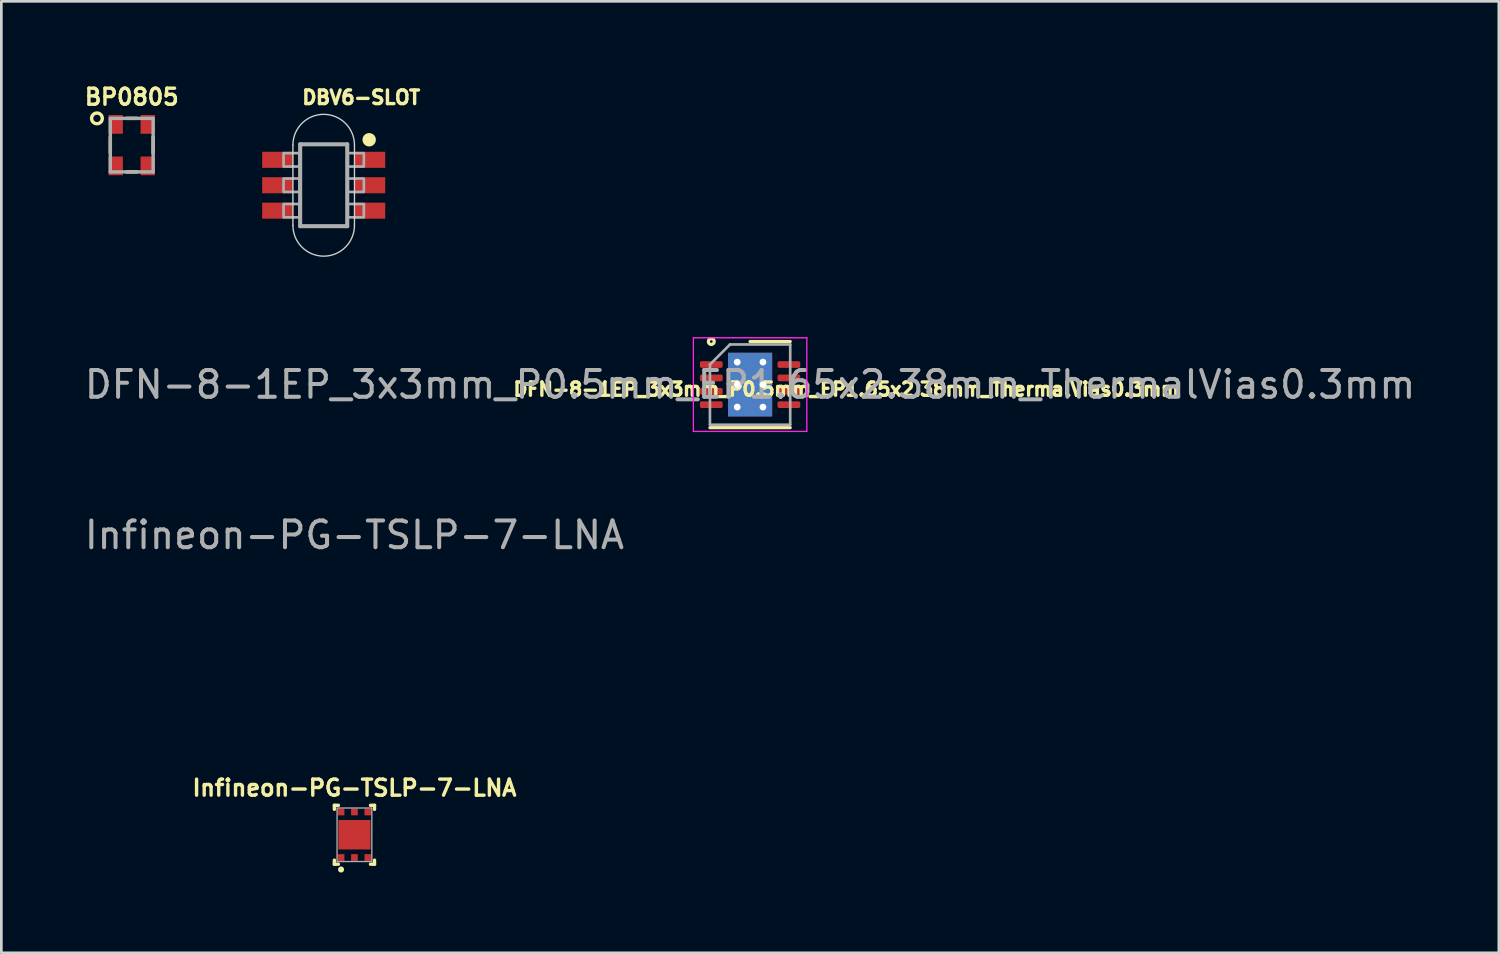
<source format=kicad_pcb>
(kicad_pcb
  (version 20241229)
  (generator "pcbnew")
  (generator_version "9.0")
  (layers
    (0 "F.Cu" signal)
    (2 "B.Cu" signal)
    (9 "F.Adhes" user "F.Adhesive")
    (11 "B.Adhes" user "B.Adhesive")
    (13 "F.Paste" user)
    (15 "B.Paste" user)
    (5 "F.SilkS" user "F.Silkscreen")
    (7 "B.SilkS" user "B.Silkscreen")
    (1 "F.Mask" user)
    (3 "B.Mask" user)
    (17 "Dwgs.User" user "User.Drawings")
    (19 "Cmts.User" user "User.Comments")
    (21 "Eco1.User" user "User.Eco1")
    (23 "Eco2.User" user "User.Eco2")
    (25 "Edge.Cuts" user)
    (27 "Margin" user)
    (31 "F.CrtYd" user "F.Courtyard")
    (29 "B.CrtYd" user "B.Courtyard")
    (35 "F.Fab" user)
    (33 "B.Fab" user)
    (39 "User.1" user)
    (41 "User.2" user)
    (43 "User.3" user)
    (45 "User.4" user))
  (footprint "DBV6-SLOT"
    (layer "F.Cu")
    (at 9.047 3.873)
    (property "Reference" "DBV6-SLOT" (at -0.87 -2.984 0) (layer "F.SilkS") (effects (font (size 0.508 0.508) (thickness 0.127)) (justify left bottom)))
    (fp_circle (center 1.7 -1.7) (end 1.9 -1.7) (stroke (width 0.1) (type solid)) (fill yes) (layer "F.SilkS"))
    (fp_line (start -1.15 -1.5) (end -1.15 1.5) (stroke (width 0.05) (type solid)) (layer "Edge.Cuts"))
    (fp_line (start 1.15 1.5) (end 1.15 -1.5) (stroke (width 0.05) (type solid)) (layer "Edge.Cuts"))
    (fp_arc (start -1.15 -1.5) (mid 0 -2.65) (end 1.15 -1.5) (stroke (width 0.05) (type solid)) (layer "Edge.Cuts"))
    (fp_arc (start 1.15 1.5) (mid 0 2.65) (end -1.15 1.5) (stroke (width 0.05) (type solid)) (layer "Edge.Cuts"))
    (fp_line (start -0.88 -1.53) (end -0.88 1.53) (stroke (width 0.152) (type solid)) (layer "F.Fab"))
    (fp_line (start -0.88 1.53) (end 0.88 1.53) (stroke (width 0.152) (type solid)) (layer "F.Fab"))
    (fp_line (start 0.88 -1.53) (end -0.88 -1.53) (stroke (width 0.152) (type solid)) (layer "F.Fab"))
    (fp_line (start 0.88 1.53) (end 0.88 -1.53) (stroke (width 0.152) (type solid)) (layer "F.Fab"))
    (fp_poly (pts (xy -1.5 -0.7) (xy -0.9 -0.7) (xy -0.9 -1.2) (xy -1.5 -1.2)) (stroke (width 0.1) (type default)) (fill no) (layer "F.Fab"))
    (fp_poly (pts (xy -1.5 0.25) (xy -0.9 0.25) (xy -0.9 -0.25) (xy -1.5 -0.25)) (stroke (width 0.1) (type default)) (fill no) (layer "F.Fab"))
    (fp_poly (pts (xy -1.5 1.2) (xy -0.9 1.2) (xy -0.9 0.7) (xy -1.5 0.7)) (stroke (width 0.1) (type default)) (fill no) (layer "F.Fab"))
    (fp_poly (pts (xy 0.9 -0.7) (xy 1.5 -0.7) (xy 1.5 -1.2) (xy 0.9 -1.2)) (stroke (width 0.1) (type default)) (fill no) (layer "F.Fab"))
    (fp_poly (pts (xy 0.9 0.25) (xy 1.5 0.25) (xy 1.5 -0.25) (xy 0.9 -0.25)) (stroke (width 0.1) (type default)) (fill no) (layer "F.Fab"))
    (fp_poly (pts (xy 0.9 1.2) (xy 1.5 1.2) (xy 1.5 0.7) (xy 0.9 0.7)) (stroke (width 0.1) (type default)) (fill no) (layer "F.Fab"))
    (pad "1" smd rect (at 1.725 -0.95) (size 1.15 0.6) (layers "F.Cu" "F.Mask" "F.Paste"))
    (pad "2" smd rect (at 1.725 0) (size 1.15 0.6) (layers "F.Cu" "F.Mask" "F.Paste"))
    (pad "3" smd rect (at 1.725 0.95) (size 1.15 0.6) (layers "F.Cu" "F.Mask" "F.Paste"))
    (pad "4" smd rect (at -1.725 0.95) (size 1.15 0.6) (layers "F.Cu" "F.Mask" "F.Paste"))
    (pad "5" smd rect (at -1.725 0) (size 1.15 0.6) (layers "F.Cu" "F.Mask" "F.Paste"))
    (pad "6" smd rect (at -1.725 -0.95) (size 1.15 0.6) (layers "F.Cu" "F.Mask" "F.Paste"))
    (zone (net_name "") (layers "F.Cu" "B.Cu" "F.SilkS") (hatch none 0.5) (connect_pads) (min_thickness 0.25) (filled_areas_thickness no) (keepout (tracks not_allowed) (vias not_allowed) (pads not_allowed) (copperpour not_allowed) (footprints allowed)) (placement (enabled no)) (fill) (polygon (pts (arc (start 7.896716 5.372515) (mid 9.046716 6.522515) (end 10.196716 5.372515)) (arc (start 10.196716 2.372515) (mid 9.046716 1.222515) (end 7.896716 2.372515))))))
  (footprint "DFN-8-1EP_3x3mm_P0.5mm_EP1.65x2.38mm_ThermalVias0.3mm"
    (layer "F.Cu")
    (at 24.982 11.323)
    (property "Reference" "DFN-8-1EP_3x3mm_P0.5mm_EP1.65x2.38mm_ThermalVias0.3mm" (at 3.6 0.175 180) (layer "F.SilkS") (effects (font (size 0.5 0.5) (thickness 0.125))))
    (attr smd)
    (fp_line (start -1.5 1.61) (end 1.5 1.61) (stroke (width 0.12) (type solid)) (layer "F.SilkS"))
    (fp_line (start 0 -1.61) (end 1.5 -1.61) (stroke (width 0.12) (type solid)) (layer "F.SilkS"))
    (fp_circle (center -1.45 -1.61) (end -1.4 -1.61) (stroke (width 0.12) (type solid)) (fill no) (layer "F.SilkS"))
    (fp_line (start -2.12 -1.75) (end -2.12 1.75) (stroke (width 0.05) (type solid)) (layer "F.CrtYd"))
    (fp_line (start -2.12 1.75) (end 2.12 1.75) (stroke (width 0.05) (type solid)) (layer "F.CrtYd"))
    (fp_line (start 2.12 -1.75) (end -2.12 -1.75) (stroke (width 0.05) (type solid)) (layer "F.CrtYd"))
    (fp_line (start 2.12 1.75) (end 2.12 -1.75) (stroke (width 0.05) (type solid)) (layer "F.CrtYd"))
    (fp_line (start -1.5 -0.75) (end -0.75 -1.5) (stroke (width 0.1) (type solid)) (layer "F.Fab"))
    (fp_line (start -1.5 1.5) (end -1.5 -0.75) (stroke (width 0.1) (type solid)) (layer "F.Fab"))
    (fp_line (start -0.75 -1.5) (end 1.5 -1.5) (stroke (width 0.1) (type solid)) (layer "F.Fab"))
    (fp_line (start 1.5 -1.5) (end 1.5 1.5) (stroke (width 0.1) (type solid)) (layer "F.Fab"))
    (fp_line (start 1.5 1.5) (end -1.5 1.5) (stroke (width 0.1) (type solid)) (layer "F.Fab"))
    (fp_text user "${REFERENCE}" (at 0 0 180) (layer "F.Fab") (effects (font (size 1 1) (thickness 0.15))))
    (pad "" smd roundrect (at -0.41 -0.595) (size 0.67 0.96) (layers "F.Paste") (roundrect_rratio 0.25))
    (pad "" smd roundrect (at -0.41 0.595) (size 0.67 0.96) (layers "F.Paste") (roundrect_rratio 0.25))
    (pad "" smd roundrect (at 0.41 -0.595) (size 0.67 0.96) (layers "F.Paste") (roundrect_rratio 0.25))
    (pad "" smd roundrect (at 0.41 0.595) (size 0.67 0.96) (layers "F.Paste") (roundrect_rratio 0.25))
    (pad "1" smd roundrect (at -1.45 -0.75) (size 0.85 0.25) (layers "F.Cu" "F.Mask" "F.Paste") (roundrect_rratio 0.25))
    (pad "2" smd roundrect (at -1.45 -0.25) (size 0.85 0.25) (layers "F.Cu" "F.Mask" "F.Paste") (roundrect_rratio 0.25))
    (pad "3" smd roundrect (at -1.45 0.25) (size 0.85 0.25) (layers "F.Cu" "F.Mask" "F.Paste") (roundrect_rratio 0.25))
    (pad "4" smd roundrect (at -1.45 0.75) (size 0.85 0.25) (layers "F.Cu" "F.Mask" "F.Paste") (roundrect_rratio 0.25))
    (pad "5" smd roundrect (at 1.45 0.75) (size 0.85 0.25) (layers "F.Cu" "F.Mask" "F.Paste") (roundrect_rratio 0.25))
    (pad "6" smd roundrect (at 1.45 0.25) (size 0.85 0.25) (layers "F.Cu" "F.Mask" "F.Paste") (roundrect_rratio 0.25))
    (pad "7" smd roundrect (at 1.45 -0.25) (size 0.85 0.25) (layers "F.Cu" "F.Mask" "F.Paste") (roundrect_rratio 0.25))
    (pad "8" smd roundrect (at 1.45 -0.75) (size 0.85 0.25) (layers "F.Cu" "F.Mask" "F.Paste") (roundrect_rratio 0.25))
    (pad "9" thru_hole circle (at -0.48 -0.84) (size 0.457 0.457) (drill 0.254) (property pad_prop_heatsink) (layers "*.Cu" "*.Mask"))
    (pad "9" thru_hole circle (at -0.48 0) (size 0.457 0.457) (drill 0.254) (property pad_prop_heatsink) (layers "*.Cu" "*.Mask"))
    (pad "9" thru_hole circle (at -0.48 0.84) (size 0.457 0.457) (drill 0.254) (property pad_prop_heatsink) (layers "*.Cu" "*.Mask"))
    (pad "9" smd rect (at 0 0) (size 1.65 2.38) (layers "F.Cu" "F.Mask"))
    (pad "9" smd rect (at 0 0) (size 1.65 2.38) (layers "B.Cu"))
    (pad "9" thru_hole circle (at 0.48 -0.84) (size 0.457 0.457) (drill 0.254) (property pad_prop_heatsink) (layers "*.Cu" "*.Mask"))
    (pad "9" thru_hole circle (at 0.48 0) (size 0.457 0.457) (drill 0.254) (property pad_prop_heatsink) (layers "*.Cu" "*.Mask"))
    (pad "9" thru_hole circle (at 0.48 0.84) (size 0.457 0.457) (drill 0.254) (property pad_prop_heatsink) (layers "*.Cu" "*.Mask")))
  (footprint "BP0805"
    (layer "F.Cu")
    (at 1.873 2.374)
    (property "Reference" "BP0805" (at 0 -1.8 0) (layer "F.SilkS") (effects (font (size 0.6 0.6) (thickness 0.127) (bold yes))))
    (fp_line (start -0.8 -0.3) (end -0.8 0.3) (stroke (width 0.127) (type solid)) (layer "F.SilkS"))
    (fp_line (start -0.2 -1) (end 0.2 -1) (stroke (width 0.127) (type solid)) (layer "F.SilkS"))
    (fp_line (start -0.2 1) (end 0.2 1) (stroke (width 0.127) (type solid)) (layer "F.SilkS"))
    (fp_line (start 0.8 -0.3) (end 0.8 0.3) (stroke (width 0.127) (type solid)) (layer "F.SilkS"))
    (fp_circle (center -1.3 -1) (end -1.1 -1) (stroke (width 0.127) (type solid)) (fill no) (layer "F.SilkS"))
    (fp_poly (pts (xy -0.82 -0.52) (xy -0.42 -0.52) (xy -0.42 -1.02) (xy -0.82 -1.02)) (stroke (width 0) (type default)) (fill yes) (layer "F.Paste"))
    (fp_poly (pts (xy -0.42 0.52) (xy -0.82 0.52) (xy -0.82 1.02) (xy -0.42 1.02)) (stroke (width 0) (type default)) (fill yes) (layer "F.Paste"))
    (fp_poly (pts (xy 0.42 -0.52) (xy 0.82 -0.52) (xy 0.82 -1.02) (xy 0.42 -1.02)) (stroke (width 0) (type default)) (fill yes) (layer "F.Paste"))
    (fp_poly (pts (xy 0.82 0.52) (xy 0.42 0.52) (xy 0.42 1.02) (xy 0.82 1.02)) (stroke (width 0) (type default)) (fill yes) (layer "F.Paste"))
    (fp_line (start -0.8 -1) (end -0.8 1) (stroke (width 0.127) (type solid)) (layer "F.Fab"))
    (fp_line (start -0.8 1) (end 0.8 1) (stroke (width 0.127) (type solid)) (layer "F.Fab"))
    (fp_line (start 0.8 -1) (end -0.8 -1) (stroke (width 0.127) (type solid)) (layer "F.Fab"))
    (fp_line (start 0.8 1) (end 0.8 -1) (stroke (width 0.127) (type solid)) (layer "F.Fab"))
    (pad "1" smd rect (at -0.6 -0.775 180) (size 0.54 0.7) (layers "F.Cu" "F.Mask"))
    (pad "2" smd rect (at -0.6 0.775 180) (size 0.54 0.7) (layers "F.Cu" "F.Mask"))
    (pad "3" smd rect (at 0.6 0.775 180) (size 0.54 0.7) (layers "F.Cu" "F.Mask"))
    (pad "4" smd rect (at 0.6 -0.775 180) (size 0.54 0.7) (layers "F.Cu" "F.Mask")))
  (footprint "Infineon-PG-TSLP-7-LNA"
    (layer "F.Cu")
    (at 10.196 28.146)
    (property "Reference" "Infineon-PG-TSLP-7-LNA" (at 0 -1.75 0) (unlocked yes) (layer "F.SilkS") (effects (font (size 0.6 0.6) (thickness 0.127) (bold yes))))
    (attr smd)
    (fp_line (start -0.75 -1.1) (end -0.75 -0.95) (stroke (width 0.127) (type solid)) (layer "F.SilkS"))
    (fp_line (start -0.75 0.95) (end -0.75 1.1) (stroke (width 0.127) (type solid)) (layer "F.SilkS"))
    (fp_line (start -0.75 1.1) (end -0.6 1.1) (stroke (width 0.127) (type solid)) (layer "F.SilkS"))
    (fp_line (start -0.6 -1.1) (end -0.75 -1.1) (stroke (width 0.127) (type solid)) (layer "F.SilkS"))
    (fp_line (start 0.6 1.1) (end 0.75 1.1) (stroke (width 0.127) (type solid)) (layer "F.SilkS"))
    (fp_line (start 0.75 -1.1) (end 0.6 -1.1) (stroke (width 0.127) (type solid)) (layer "F.SilkS"))
    (fp_line (start 0.75 -0.95) (end 0.75 -1.1) (stroke (width 0.127) (type solid)) (layer "F.SilkS"))
    (fp_line (start 0.75 1.1) (end 0.75 0.95) (stroke (width 0.127) (type solid)) (layer "F.SilkS"))
    (fp_circle (center -0.5 1.3) (end -0.45 1.3) (stroke (width 0.127) (type solid)) (fill yes) (layer "F.SilkS"))
    (fp_rect (start -0.5 -0.15) (end -0.35 0.15) (stroke (width 0.1) (type solid)) (fill yes) (layer "F.Paste"))
    (fp_rect (start -0.15 -0.3) (end 0.15 -0.45) (stroke (width 0.1) (type solid)) (fill yes) (layer "F.Paste"))
    (fp_rect (start -0.15 -0.1) (end 0.15 0.1) (stroke (width 0.1) (type solid)) (fill yes) (layer "F.Paste"))
    (fp_rect (start -0.15 0.45) (end 0.15 0.3) (stroke (width 0.1) (type solid)) (fill yes) (layer "F.Paste"))
    (fp_rect (start 0.35 -0.15) (end 0.5 0.15) (stroke (width 0.1) (type solid)) (fill yes) (layer "F.Paste"))
    (fp_circle (center -0.5 -0.85) (end -0.425 -0.85) (stroke (width 0.1) (type solid)) (fill yes) (layer "F.Paste"))
    (fp_circle (center -0.5 0.85) (end -0.425 0.85) (stroke (width 0.1) (type solid)) (fill yes) (layer "F.Paste"))
    (fp_circle (center -0.45 -0.4) (end -0.375 -0.4) (stroke (width 0.1) (type solid)) (fill yes) (layer "F.Paste"))
    (fp_circle (center -0.45 0.4) (end -0.375 0.4) (stroke (width 0.1) (type solid)) (fill yes) (layer "F.Paste"))
    (fp_circle (center 0 -0.85) (end 0.075 -0.85) (stroke (width 0.1) (type solid)) (fill yes) (layer "F.Paste"))
    (fp_circle (center 0 0.85) (end 0.075 0.85) (stroke (width 0.1) (type solid)) (fill yes) (layer "F.Paste"))
    (fp_circle (center 0.45 -0.4) (end 0.525 -0.4) (stroke (width 0.1) (type solid)) (fill yes) (layer "F.Paste"))
    (fp_circle (center 0.45 0.4) (end 0.525 0.4) (stroke (width 0.1) (type solid)) (fill yes) (layer "F.Paste"))
    (fp_circle (center 0.5 -0.85) (end 0.575 -0.85) (stroke (width 0.1) (type solid)) (fill yes) (layer "F.Paste"))
    (fp_circle (center 0.5 0.85) (end 0.575 0.85) (stroke (width 0.1) (type solid)) (fill yes) (layer "F.Paste"))
    (fp_rect (start -0.65 -1) (end 0.65 1) (stroke (width 0.05) (type default)) (fill no) (layer "F.Fab"))
    (fp_text user "${REFERENCE}" (at 0 -11.2 0) (unlocked yes) (layer "F.Fab") (effects (font (size 1 1) (thickness 0.15))))
    (pad "1" smd rect (at -0.5 0.85) (size 0.25 0.25) (layers "F.Cu" "F.Mask"))
    (pad "2" smd rect (at 0 0.85) (size 0.25 0.25) (layers "F.Cu" "F.Mask"))
    (pad "3" smd rect (at 0.5 0.85) (size 0.25 0.25) (layers "F.Cu" "F.Mask"))
    (pad "4" smd rect (at 0.5 -0.85) (size 0.25 0.25) (layers "F.Cu" "F.Mask"))
    (pad "5" smd rect (at 0 -0.85) (size 0.25 0.25) (layers "F.Cu" "F.Mask"))
    (pad "6" smd rect (at -0.5 -0.85) (size 0.25 0.25) (layers "F.Cu" "F.Mask"))
    (pad "7" smd rect (at 0 0) (size 1.2 1.1) (layers "F.Cu" "F.Mask")))
  (gr_rect
    (start -3 -3)
    (end 52.964 32.559)
    (stroke (width 0.1) (type default))
    (fill no)
    (layer "Edge.Cuts")))
</source>
